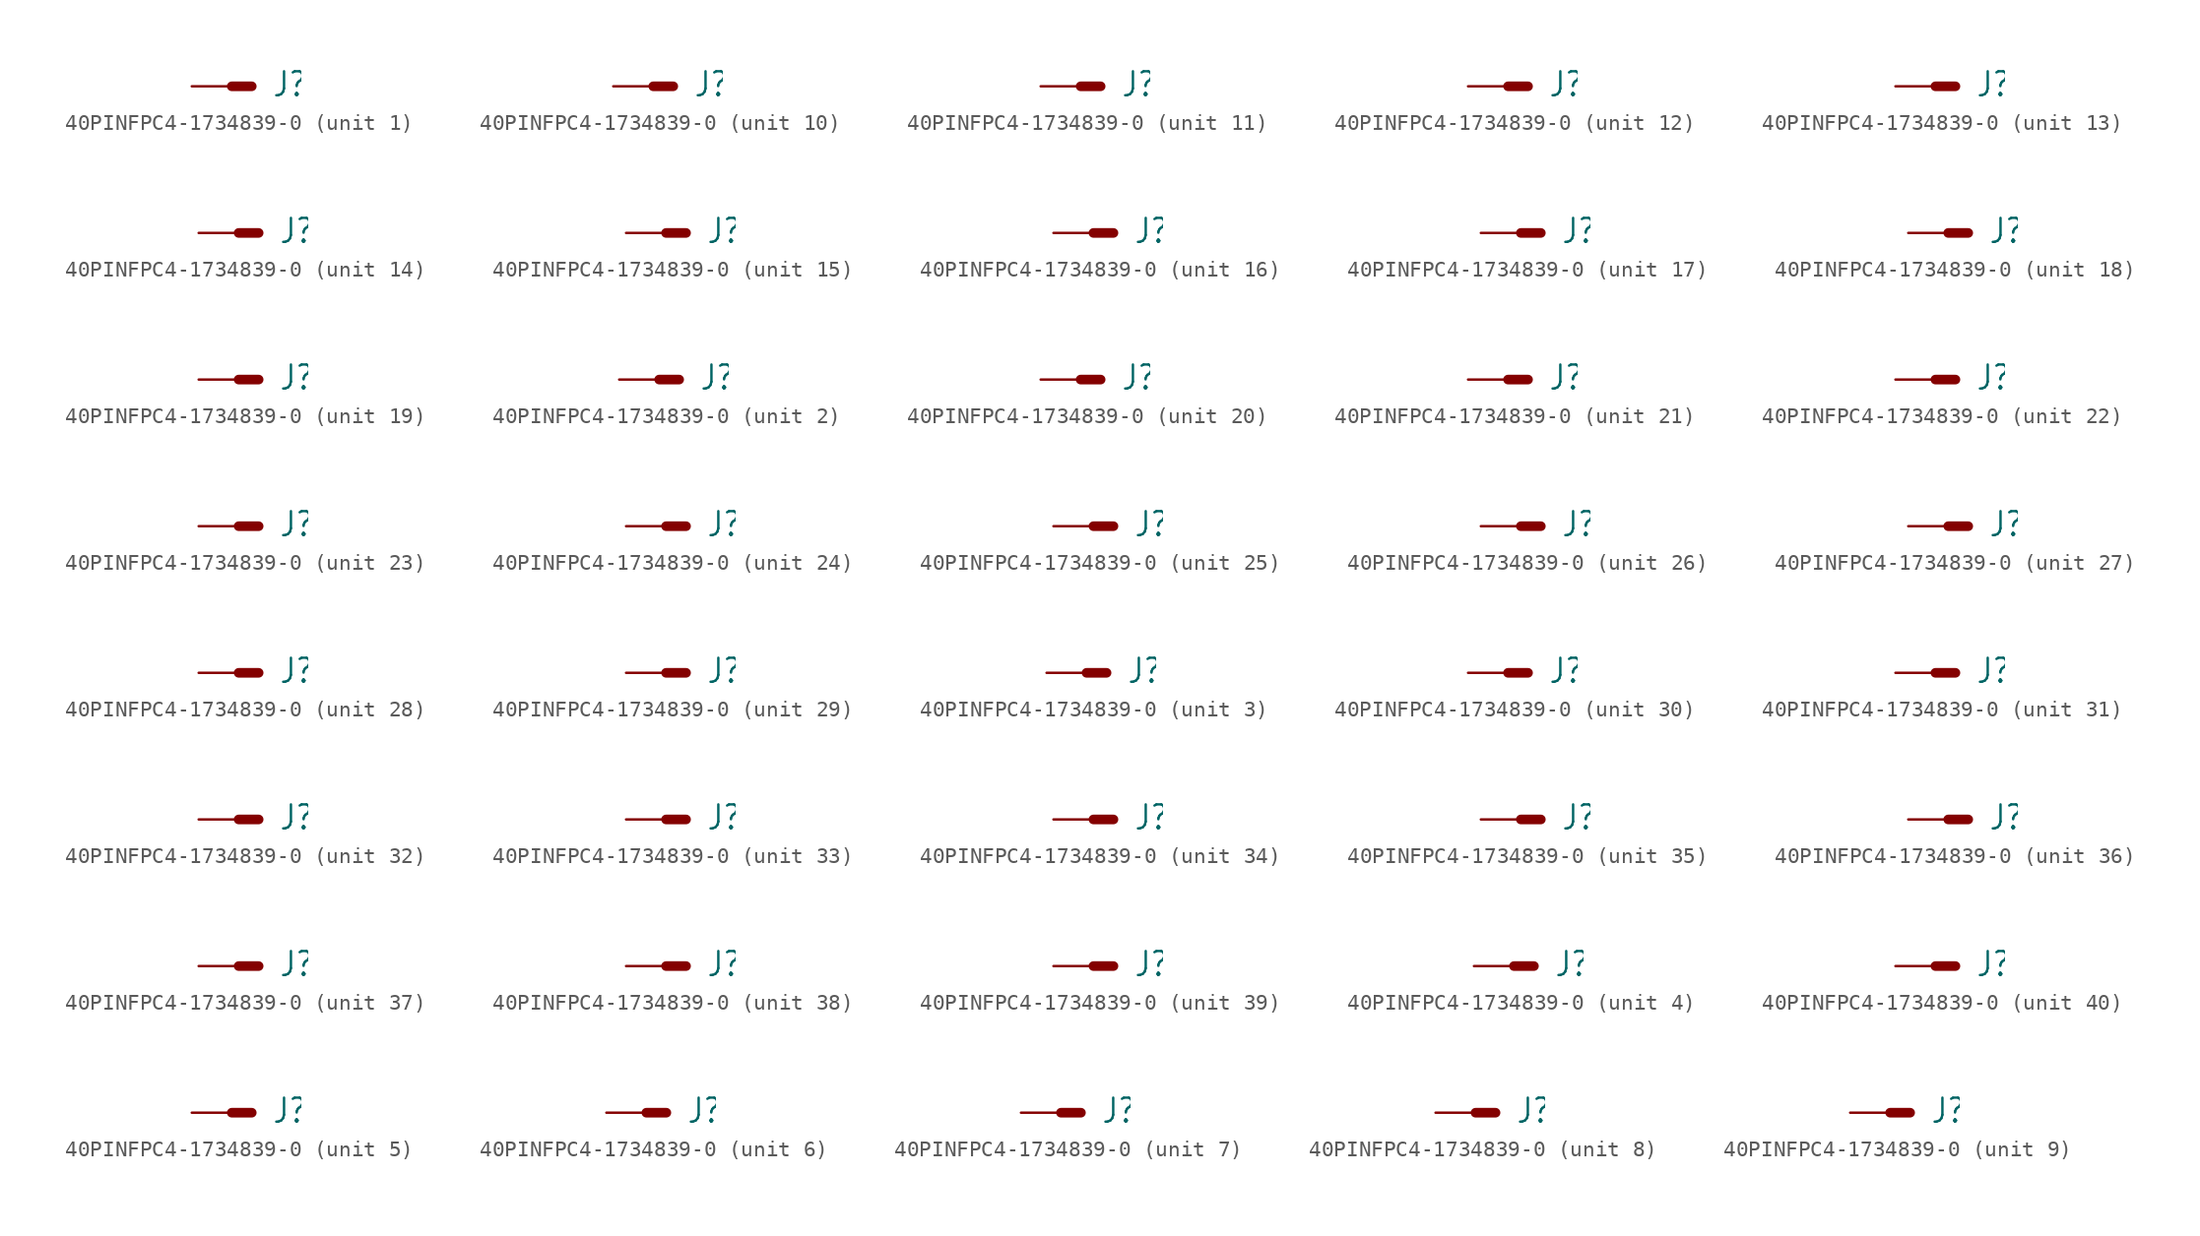
<source format=kicad_sym>
(kicad_symbol_lib
  (version 20211014)
  (generator kicad_symbol_editor)
  (symbol "40PINFPC4-1734839-0"
    (property "Reference" "J"
      (at 2.54 -0.762 0)
      (effects (font (size 1.524 1.295)) (justify left bottom)))
    (property "ki_locked" ""
      (at 0 0 0)
      (effects (font (size 1.27 1.27))))
    (symbol "40PINFPC4-1734839-0_1_0"
      (polyline (pts (xy 0 0) (xy 1.27 0)) (stroke (width 0.61) (type default) (color 0 0 0 0)) (fill (type none)))
      (pin passive line (at -2.54 0 0) (length 2.54) (name "MSV" (effects (font (size 0 0)))) (number "1" (effects (font (size 0 0))))))
    (symbol "40PINFPC4-1734839-0_2_0"
      (polyline (pts (xy 0 0) (xy 1.27 0)) (stroke (width 0.61) (type default) (color 0 0 0 0)) (fill (type none)))
      (pin passive line (at -2.54 0 0) (length 2.54) (name "MS" (effects (font (size 0 0)))) (number "2" (effects (font (size 0 0))))))
    (symbol "40PINFPC4-1734839-0_3_0"
      (polyline (pts (xy 0 0) (xy 1.27 0)) (stroke (width 0.61) (type default) (color 0 0 0 0)) (fill (type none)))
      (pin passive line (at -2.54 0 0) (length 2.54) (name "MS" (effects (font (size 0 0)))) (number "3" (effects (font (size 0 0))))))
    (symbol "40PINFPC4-1734839-0_4_0"
      (polyline (pts (xy 0 0) (xy 1.27 0)) (stroke (width 0.61) (type default) (color 0 0 0 0)) (fill (type none)))
      (pin passive line (at -2.54 0 0) (length 2.54) (name "MS" (effects (font (size 0 0)))) (number "4" (effects (font (size 0 0))))))
    (symbol "40PINFPC4-1734839-0_5_0"
      (polyline (pts (xy 0 0) (xy 1.27 0)) (stroke (width 0.61) (type default) (color 0 0 0 0)) (fill (type none)))
      (pin passive line (at -2.54 0 0) (length 2.54) (name "MS" (effects (font (size 0 0)))) (number "5" (effects (font (size 0 0))))))
    (symbol "40PINFPC4-1734839-0_6_0"
      (polyline (pts (xy 0 0) (xy 1.27 0)) (stroke (width 0.61) (type default) (color 0 0 0 0)) (fill (type none)))
      (pin passive line (at -2.54 0 0) (length 2.54) (name "MS" (effects (font (size 0 0)))) (number "6" (effects (font (size 0 0))))))
    (symbol "40PINFPC4-1734839-0_7_0"
      (polyline (pts (xy 0 0) (xy 1.27 0)) (stroke (width 0.61) (type default) (color 0 0 0 0)) (fill (type none)))
      (pin passive line (at -2.54 0 0) (length 2.54) (name "MS" (effects (font (size 0 0)))) (number "7" (effects (font (size 0 0))))))
    (symbol "40PINFPC4-1734839-0_8_0"
      (polyline (pts (xy 0 0) (xy 1.27 0)) (stroke (width 0.61) (type default) (color 0 0 0 0)) (fill (type none)))
      (pin passive line (at -2.54 0 0) (length 2.54) (name "MS" (effects (font (size 0 0)))) (number "8" (effects (font (size 0 0))))))
    (symbol "40PINFPC4-1734839-0_9_0"
      (polyline (pts (xy 0 0) (xy 1.27 0)) (stroke (width 0.61) (type default) (color 0 0 0 0)) (fill (type none)))
      (pin passive line (at -2.54 0 0) (length 2.54) (name "MS" (effects (font (size 0 0)))) (number "9" (effects (font (size 0 0))))))
    (symbol "40PINFPC4-1734839-0_10_0"
      (polyline (pts (xy 0 0) (xy 1.27 0)) (stroke (width 0.61) (type default) (color 0 0 0 0)) (fill (type none)))
      (pin passive line (at -2.54 0 0) (length 2.54) (name "MS" (effects (font (size 0 0)))) (number "10" (effects (font (size 0 0))))))
    (symbol "40PINFPC4-1734839-0_11_0"
      (polyline (pts (xy 0 0) (xy 1.27 0)) (stroke (width 0.61) (type default) (color 0 0 0 0)) (fill (type none)))
      (pin passive line (at -2.54 0 0) (length 2.54) (name "MS" (effects (font (size 0 0)))) (number "11" (effects (font (size 0 0))))))
    (symbol "40PINFPC4-1734839-0_12_0"
      (polyline (pts (xy 0 0) (xy 1.27 0)) (stroke (width 0.61) (type default) (color 0 0 0 0)) (fill (type none)))
      (pin passive line (at -2.54 0 0) (length 2.54) (name "MS" (effects (font (size 0 0)))) (number "12" (effects (font (size 0 0))))))
    (symbol "40PINFPC4-1734839-0_13_0"
      (polyline (pts (xy 0 0) (xy 1.27 0)) (stroke (width 0.61) (type default) (color 0 0 0 0)) (fill (type none)))
      (pin passive line (at -2.54 0 0) (length 2.54) (name "MS" (effects (font (size 0 0)))) (number "13" (effects (font (size 0 0))))))
    (symbol "40PINFPC4-1734839-0_14_0"
      (polyline (pts (xy 0 0) (xy 1.27 0)) (stroke (width 0.61) (type default) (color 0 0 0 0)) (fill (type none)))
      (pin passive line (at -2.54 0 0) (length 2.54) (name "MS" (effects (font (size 0 0)))) (number "14" (effects (font (size 0 0))))))
    (symbol "40PINFPC4-1734839-0_15_0"
      (polyline (pts (xy 0 0) (xy 1.27 0)) (stroke (width 0.61) (type default) (color 0 0 0 0)) (fill (type none)))
      (pin passive line (at -2.54 0 0) (length 2.54) (name "MS" (effects (font (size 0 0)))) (number "15" (effects (font (size 0 0))))))
    (symbol "40PINFPC4-1734839-0_16_0"
      (polyline (pts (xy 0 0) (xy 1.27 0)) (stroke (width 0.61) (type default) (color 0 0 0 0)) (fill (type none)))
      (pin passive line (at -2.54 0 0) (length 2.54) (name "MS" (effects (font (size 0 0)))) (number "16" (effects (font (size 0 0))))))
    (symbol "40PINFPC4-1734839-0_17_0"
      (polyline (pts (xy 0 0) (xy 1.27 0)) (stroke (width 0.61) (type default) (color 0 0 0 0)) (fill (type none)))
      (pin passive line (at -2.54 0 0) (length 2.54) (name "MS" (effects (font (size 0 0)))) (number "17" (effects (font (size 0 0))))))
    (symbol "40PINFPC4-1734839-0_18_0"
      (polyline (pts (xy 0 0) (xy 1.27 0)) (stroke (width 0.61) (type default) (color 0 0 0 0)) (fill (type none)))
      (pin passive line (at -2.54 0 0) (length 2.54) (name "MS" (effects (font (size 0 0)))) (number "18" (effects (font (size 0 0))))))
    (symbol "40PINFPC4-1734839-0_19_0"
      (polyline (pts (xy 0 0) (xy 1.27 0)) (stroke (width 0.61) (type default) (color 0 0 0 0)) (fill (type none)))
      (pin passive line (at -2.54 0 0) (length 2.54) (name "MS" (effects (font (size 0 0)))) (number "19" (effects (font (size 0 0))))))
    (symbol "40PINFPC4-1734839-0_20_0"
      (polyline (pts (xy 0 0) (xy 1.27 0)) (stroke (width 0.61) (type default) (color 0 0 0 0)) (fill (type none)))
      (pin passive line (at -2.54 0 0) (length 2.54) (name "MS" (effects (font (size 0 0)))) (number "20" (effects (font (size 0 0))))))
    (symbol "40PINFPC4-1734839-0_21_0"
      (polyline (pts (xy 0 0) (xy 1.27 0)) (stroke (width 0.61) (type default) (color 0 0 0 0)) (fill (type none)))
      (pin passive line (at -2.54 0 0) (length 2.54) (name "MS" (effects (font (size 0 0)))) (number "21" (effects (font (size 0 0))))))
    (symbol "40PINFPC4-1734839-0_22_0"
      (polyline (pts (xy 0 0) (xy 1.27 0)) (stroke (width 0.61) (type default) (color 0 0 0 0)) (fill (type none)))
      (pin passive line (at -2.54 0 0) (length 2.54) (name "MS" (effects (font (size 0 0)))) (number "22" (effects (font (size 0 0))))))
    (symbol "40PINFPC4-1734839-0_23_0"
      (polyline (pts (xy 0 0) (xy 1.27 0)) (stroke (width 0.61) (type default) (color 0 0 0 0)) (fill (type none)))
      (pin passive line (at -2.54 0 0) (length 2.54) (name "MS" (effects (font (size 0 0)))) (number "23" (effects (font (size 0 0))))))
    (symbol "40PINFPC4-1734839-0_24_0"
      (polyline (pts (xy 0 0) (xy 1.27 0)) (stroke (width 0.61) (type default) (color 0 0 0 0)) (fill (type none)))
      (pin passive line (at -2.54 0 0) (length 2.54) (name "MS" (effects (font (size 0 0)))) (number "24" (effects (font (size 0 0))))))
    (symbol "40PINFPC4-1734839-0_25_0"
      (polyline (pts (xy 0 0) (xy 1.27 0)) (stroke (width 0.61) (type default) (color 0 0 0 0)) (fill (type none)))
      (pin passive line (at -2.54 0 0) (length 2.54) (name "MS" (effects (font (size 0 0)))) (number "25" (effects (font (size 0 0))))))
    (symbol "40PINFPC4-1734839-0_26_0"
      (polyline (pts (xy 0 0) (xy 1.27 0)) (stroke (width 0.61) (type default) (color 0 0 0 0)) (fill (type none)))
      (pin passive line (at -2.54 0 0) (length 2.54) (name "MS" (effects (font (size 0 0)))) (number "26" (effects (font (size 0 0))))))
    (symbol "40PINFPC4-1734839-0_27_0"
      (polyline (pts (xy 0 0) (xy 1.27 0)) (stroke (width 0.61) (type default) (color 0 0 0 0)) (fill (type none)))
      (pin passive line (at -2.54 0 0) (length 2.54) (name "MS" (effects (font (size 0 0)))) (number "27" (effects (font (size 0 0))))))
    (symbol "40PINFPC4-1734839-0_28_0"
      (polyline (pts (xy 0 0) (xy 1.27 0)) (stroke (width 0.61) (type default) (color 0 0 0 0)) (fill (type none)))
      (pin passive line (at -2.54 0 0) (length 2.54) (name "MS" (effects (font (size 0 0)))) (number "28" (effects (font (size 0 0))))))
    (symbol "40PINFPC4-1734839-0_29_0"
      (polyline (pts (xy 0 0) (xy 1.27 0)) (stroke (width 0.61) (type default) (color 0 0 0 0)) (fill (type none)))
      (pin passive line (at -2.54 0 0) (length 2.54) (name "MS" (effects (font (size 0 0)))) (number "29" (effects (font (size 0 0))))))
    (symbol "40PINFPC4-1734839-0_30_0"
      (polyline (pts (xy 0 0) (xy 1.27 0)) (stroke (width 0.61) (type default) (color 0 0 0 0)) (fill (type none)))
      (pin passive line (at -2.54 0 0) (length 2.54) (name "MS" (effects (font (size 0 0)))) (number "30" (effects (font (size 0 0))))))
    (symbol "40PINFPC4-1734839-0_31_0"
      (polyline (pts (xy 0 0) (xy 1.27 0)) (stroke (width 0.61) (type default) (color 0 0 0 0)) (fill (type none)))
      (pin passive line (at -2.54 0 0) (length 2.54) (name "MS" (effects (font (size 0 0)))) (number "31" (effects (font (size 0 0))))))
    (symbol "40PINFPC4-1734839-0_32_0"
      (polyline (pts (xy 0 0) (xy 1.27 0)) (stroke (width 0.61) (type default) (color 0 0 0 0)) (fill (type none)))
      (pin passive line (at -2.54 0 0) (length 2.54) (name "MS" (effects (font (size 0 0)))) (number "32" (effects (font (size 0 0))))))
    (symbol "40PINFPC4-1734839-0_33_0"
      (polyline (pts (xy 0 0) (xy 1.27 0)) (stroke (width 0.61) (type default) (color 0 0 0 0)) (fill (type none)))
      (pin passive line (at -2.54 0 0) (length 2.54) (name "MS" (effects (font (size 0 0)))) (number "33" (effects (font (size 0 0))))))
    (symbol "40PINFPC4-1734839-0_34_0"
      (polyline (pts (xy 0 0) (xy 1.27 0)) (stroke (width 0.61) (type default) (color 0 0 0 0)) (fill (type none)))
      (pin passive line (at -2.54 0 0) (length 2.54) (name "MS" (effects (font (size 0 0)))) (number "34" (effects (font (size 0 0))))))
    (symbol "40PINFPC4-1734839-0_35_0"
      (polyline (pts (xy 0 0) (xy 1.27 0)) (stroke (width 0.61) (type default) (color 0 0 0 0)) (fill (type none)))
      (pin passive line (at -2.54 0 0) (length 2.54) (name "MS" (effects (font (size 0 0)))) (number "35" (effects (font (size 0 0))))))
    (symbol "40PINFPC4-1734839-0_36_0"
      (polyline (pts (xy 0 0) (xy 1.27 0)) (stroke (width 0.61) (type default) (color 0 0 0 0)) (fill (type none)))
      (pin passive line (at -2.54 0 0) (length 2.54) (name "MS" (effects (font (size 0 0)))) (number "36" (effects (font (size 0 0))))))
    (symbol "40PINFPC4-1734839-0_37_0"
      (polyline (pts (xy 0 0) (xy 1.27 0)) (stroke (width 0.61) (type default) (color 0 0 0 0)) (fill (type none)))
      (pin passive line (at -2.54 0 0) (length 2.54) (name "MS" (effects (font (size 0 0)))) (number "37" (effects (font (size 0 0))))))
    (symbol "40PINFPC4-1734839-0_38_0"
      (polyline (pts (xy 0 0) (xy 1.27 0)) (stroke (width 0.61) (type default) (color 0 0 0 0)) (fill (type none)))
      (pin passive line (at -2.54 0 0) (length 2.54) (name "MS" (effects (font (size 0 0)))) (number "38" (effects (font (size 0 0))))))
    (symbol "40PINFPC4-1734839-0_39_0"
      (polyline (pts (xy 0 0) (xy 1.27 0)) (stroke (width 0.61) (type default) (color 0 0 0 0)) (fill (type none)))
      (pin passive line (at -2.54 0 0) (length 2.54) (name "MS" (effects (font (size 0 0)))) (number "39" (effects (font (size 0 0))))))
    (symbol "40PINFPC4-1734839-0_40_0"
      (polyline (pts (xy 0 0) (xy 1.27 0)) (stroke (width 0.61) (type default) (color 0 0 0 0)) (fill (type none)))
      (pin passive line (at -2.54 0 0) (length 2.54) (name "MS" (effects (font (size 0 0)))) (number "40" (effects (font (size 0 0))))))))
</source>
